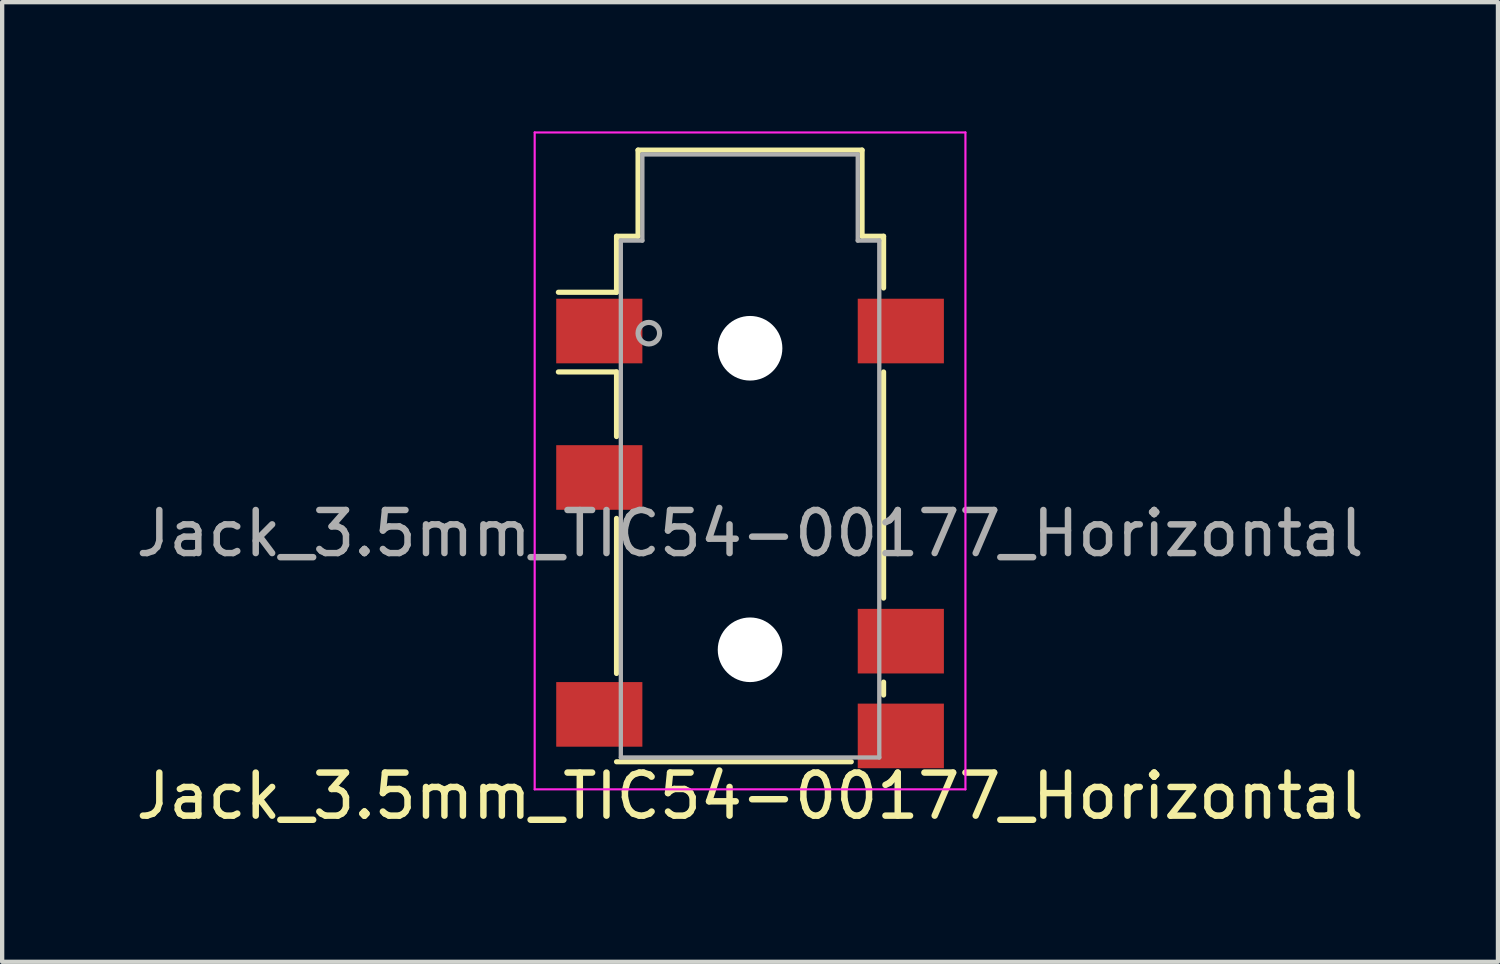
<source format=kicad_pcb>
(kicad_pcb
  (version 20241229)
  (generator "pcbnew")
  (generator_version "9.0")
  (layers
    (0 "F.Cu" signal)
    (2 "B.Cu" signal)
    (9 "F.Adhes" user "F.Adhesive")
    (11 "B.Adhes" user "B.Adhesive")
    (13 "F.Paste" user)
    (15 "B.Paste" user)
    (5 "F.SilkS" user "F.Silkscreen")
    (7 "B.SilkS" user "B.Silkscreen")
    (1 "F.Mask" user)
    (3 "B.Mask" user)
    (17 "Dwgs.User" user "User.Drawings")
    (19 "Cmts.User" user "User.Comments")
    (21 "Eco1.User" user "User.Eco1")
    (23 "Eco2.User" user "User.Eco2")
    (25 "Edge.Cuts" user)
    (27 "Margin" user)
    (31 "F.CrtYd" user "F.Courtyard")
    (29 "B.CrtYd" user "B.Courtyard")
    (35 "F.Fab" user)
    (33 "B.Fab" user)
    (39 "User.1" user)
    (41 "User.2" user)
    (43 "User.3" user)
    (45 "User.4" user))
  (footprint "Jack_3.5mm_TIC54-00177_Horizontal"
    (layer "F.Cu")
    (at 14.363 9.335)
    (property "Reference" "Jack_3.5mm_TIC54-00177_Horizontal" (at 0 6.096 180) (layer "F.SilkS") (effects (font (size 1 1) (thickness 0.15))))
    (attr smd)
    (fp_line (start -3.1 -6.9) (end -2.6 -6.9) (stroke (width 0.12) (type solid)) (layer "F.SilkS"))
    (fp_line (start -3.1 -5.6) (end -4.45 -5.6) (stroke (width 0.12) (type solid)) (layer "F.SilkS"))
    (fp_line (start -3.1 -5.6) (end -3.1 -6.9) (stroke (width 0.12) (type solid)) (layer "F.SilkS"))
    (fp_line (start -3.1 -3.75) (end -4.45 -3.75) (stroke (width 0.12) (type solid)) (layer "F.SilkS"))
    (fp_line (start -3.1 -2.25) (end -3.1 -3.75) (stroke (width 0.12) (type solid)) (layer "F.SilkS"))
    (fp_line (start -3.1 3.25) (end -3.1 -0.35) (stroke (width 0.12) (type solid)) (layer "F.SilkS"))
    (fp_line (start -2.6 -8.9) (end 2.6 -8.9) (stroke (width 0.12) (type solid)) (layer "F.SilkS"))
    (fp_line (start -2.6 -6.9) (end -2.6 -8.9) (stroke (width 0.12) (type solid)) (layer "F.SilkS"))
    (fp_line (start 2.35 5.3) (end -3.1 5.3) (stroke (width 0.12) (type solid)) (layer "F.SilkS"))
    (fp_line (start 2.6 -8.9) (end 2.6 -6.9) (stroke (width 0.12) (type solid)) (layer "F.SilkS"))
    (fp_line (start 2.6 -6.9) (end 3.1 -6.9) (stroke (width 0.12) (type solid)) (layer "F.SilkS"))
    (fp_line (start 3.1 -6.9) (end 3.1 -5.7) (stroke (width 0.12) (type solid)) (layer "F.SilkS"))
    (fp_line (start 3.1 -3.75) (end 3.1 1.5) (stroke (width 0.12) (type solid)) (layer "F.SilkS"))
    (fp_line (start 3.1 3.45) (end 3.1 3.75) (stroke (width 0.12) (type solid)) (layer "F.SilkS"))
    (fp_line (start -5 -9.31) (end -5 5.94) (stroke (width 0.05) (type solid)) (layer "F.CrtYd"))
    (fp_line (start -5 -9.31) (end 5 -9.31) (stroke (width 0.05) (type solid)) (layer "F.CrtYd"))
    (fp_line (start -5 5.94) (end 5 5.94) (stroke (width 0.05) (type solid)) (layer "F.CrtYd"))
    (fp_line (start 5 5.94) (end 5 -9.31) (stroke (width 0.05) (type solid)) (layer "F.CrtYd"))
    (fp_line (start -3 -6.8) (end -3 5.2) (stroke (width 0.1) (type solid)) (layer "F.Fab"))
    (fp_line (start -3 5.2) (end 3 5.2) (stroke (width 0.1) (type solid)) (layer "F.Fab"))
    (fp_line (start -2.5 -8.8) (end -2.5 -6.8) (stroke (width 0.1) (type solid)) (layer "F.Fab"))
    (fp_line (start -2.5 -6.8) (end -3 -6.8) (stroke (width 0.1) (type solid)) (layer "F.Fab"))
    (fp_line (start 2.5 -8.8) (end -2.5 -8.8) (stroke (width 0.1) (type solid)) (layer "F.Fab"))
    (fp_line (start 2.5 -6.8) (end 2.5 -8.8) (stroke (width 0.1) (type solid)) (layer "F.Fab"))
    (fp_line (start 3 -6.8) (end 2.5 -6.8) (stroke (width 0.1) (type solid)) (layer "F.Fab"))
    (fp_line (start 3 5.2) (end 3 -6.8) (stroke (width 0.1) (type solid)) (layer "F.Fab"))
    (fp_circle (center -2.35 -4.65) (end -2.1 -4.65) (stroke (width 0.12) (type solid)) (fill no) (layer "F.Fab"))
    (fp_text user "${REFERENCE}" (at 0 0 180) (layer "F.Fab") (effects (font (size 1 1) (thickness 0.15))))
    (pad "" np_thru_hole circle (at 0 -4.3) (size 1.5 1.5) (drill 1.5) (layers "*.Cu" "*.Mask"))
    (pad "" np_thru_hole circle (at 0 2.7) (size 1.5 1.5) (drill 1.5) (layers "*.Cu" "*.Mask"))
    (pad "NC" smd rect (at -3.5 4.2) (size 2 1.5) (layers "F.Cu" "F.Mask" "F.Paste"))
    (pad "NC" smd rect (at 3.5 4.7) (size 2 1.5) (layers "F.Cu" "F.Mask" "F.Paste"))
    (pad "R1" smd rect (at 3.5 -4.7) (size 2 1.5) (layers "F.Cu" "F.Mask" "F.Paste"))
    (pad "R2" smd rect (at -3.5 -1.3) (size 2 1.5) (layers "F.Cu" "F.Mask" "F.Paste"))
    (pad "S" smd rect (at -3.5 -4.7) (size 2 1.5) (layers "F.Cu" "F.Mask" "F.Paste"))
    (pad "T" smd rect (at 3.5 2.5) (size 2 1.5) (layers "F.Cu" "F.Mask" "F.Paste")))
  (gr_rect
    (start -3 -3)
    (end 31.726 19.279)
    (stroke (width 0.1) (type default))
    (fill no)
    (layer "Edge.Cuts")))
</source>
